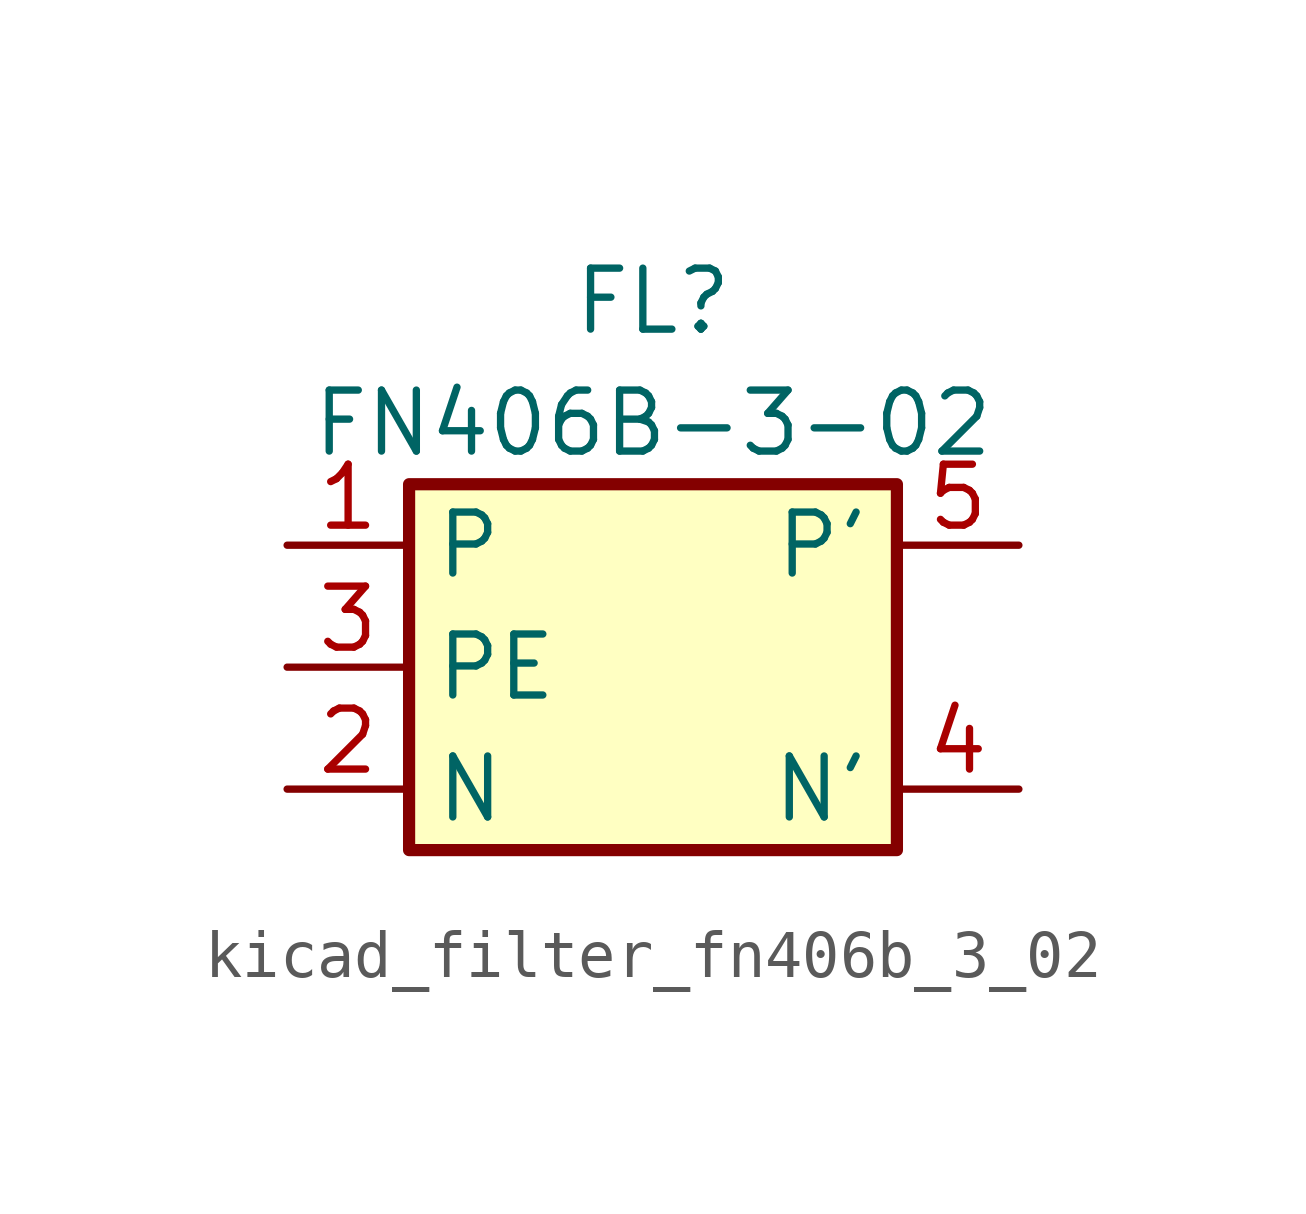
<source format=kicad_sym>
(kicad_symbol_lib
  (version 20220914)
  (generator kicad_symbol_editor)
  (symbol "kicad_filter_fn406b_3_02"
    (property "Reference" "FL"
      (at 0 7.62 0)
      (effects (font (size 1.27 1.27))))
    (property "Value" "FN406B-3-02"
      (at 0 5.08 0)
      (effects (font (size 1.27 1.27))))
    (symbol "kicad_filter_fn406b_3_02_0_1"
      (rectangle (start -5.08 3.81) (end 5.08 -3.81) (stroke (width 0.254) (type default)) (fill (type background))))
    (symbol "kicad_filter_fn406b_3_02_1_1"
      (pin passive line (at -7.62 2.54 0) (length 2.54) (name "P" (effects (font (size 1.27 1.27)))) (number "1" (effects (font (size 1.27 1.27)))))
      (pin passive line (at -7.62 -2.54 0) (length 2.54) (name "N" (effects (font (size 1.27 1.27)))) (number "2" (effects (font (size 1.27 1.27)))))
      (pin passive line (at -7.62 0 0) (length 2.54) (name "PE" (effects (font (size 1.27 1.27)))) (number "3" (effects (font (size 1.27 1.27)))))
      (pin passive line (at 7.62 -2.54 180) (length 2.54) (name "N'" (effects (font (size 1.27 1.27)))) (number "4" (effects (font (size 1.27 1.27)))))
      (pin passive line (at 7.62 2.54 180) (length 2.54) (name "P'" (effects (font (size 1.27 1.27)))) (number "5" (effects (font (size 1.27 1.27))))))))
</source>
